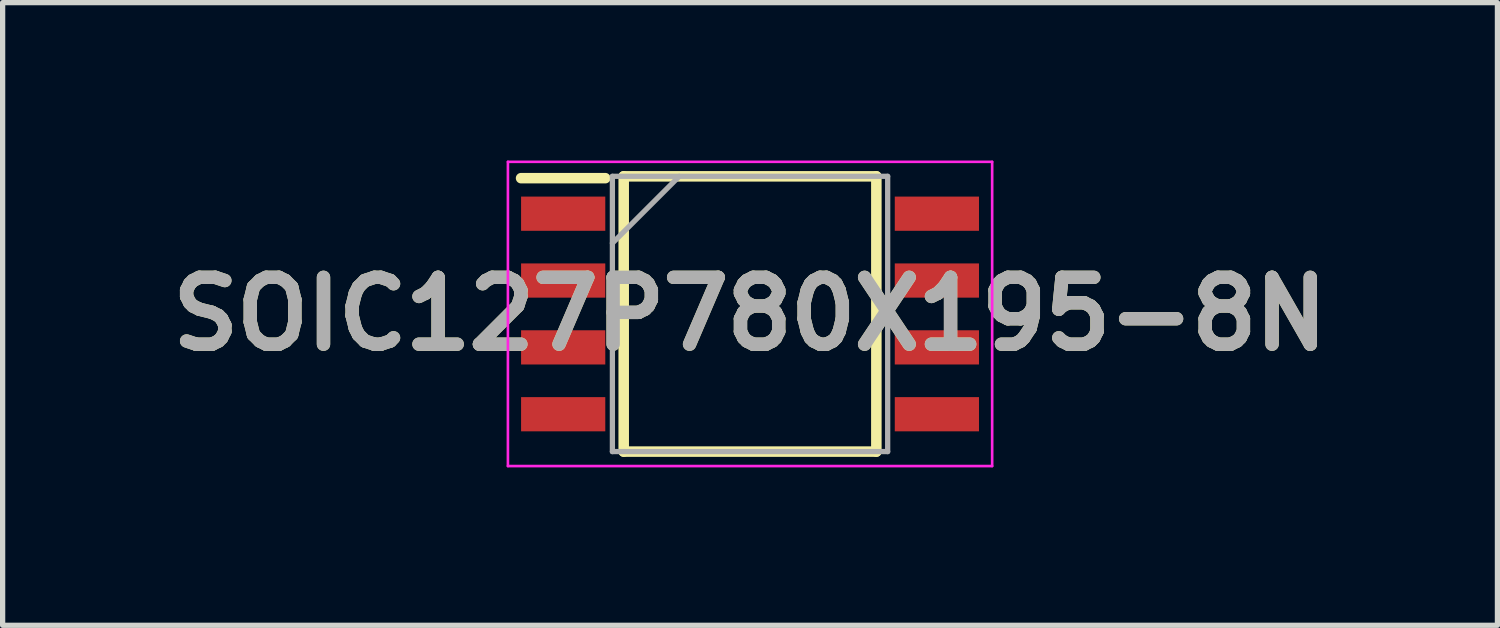
<source format=kicad_pcb>
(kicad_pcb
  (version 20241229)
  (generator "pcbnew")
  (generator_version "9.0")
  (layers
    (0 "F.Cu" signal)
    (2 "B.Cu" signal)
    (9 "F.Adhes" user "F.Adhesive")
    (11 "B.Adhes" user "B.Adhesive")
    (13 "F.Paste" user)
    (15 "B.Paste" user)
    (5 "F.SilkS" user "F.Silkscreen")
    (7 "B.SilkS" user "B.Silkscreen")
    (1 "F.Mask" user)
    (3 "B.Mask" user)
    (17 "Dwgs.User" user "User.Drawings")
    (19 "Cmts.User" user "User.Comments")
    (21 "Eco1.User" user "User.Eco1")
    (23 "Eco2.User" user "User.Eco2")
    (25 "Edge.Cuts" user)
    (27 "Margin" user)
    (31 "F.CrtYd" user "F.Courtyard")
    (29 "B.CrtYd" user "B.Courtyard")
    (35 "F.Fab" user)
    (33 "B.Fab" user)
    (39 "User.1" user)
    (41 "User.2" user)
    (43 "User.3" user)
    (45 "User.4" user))
  (footprint "SOIC127P780X195-8N"
    (layer "F.Cu")
    (at 11.2 2.915)
    (property "Reference" "SOIC127P780X195-8N" (at 0 0 0) (layer "F.SilkS") (effects (font (size 1.27 1.27) (thickness 0.254))))
    (attr smd)
    (fp_line (start -4.35 -2.58) (end -2.75 -2.58) (stroke (width 0.2) (type solid)) (layer "F.SilkS"))
    (fp_line (start -2.4 -2.615) (end 2.4 -2.615) (stroke (width 0.2) (type solid)) (layer "F.SilkS"))
    (fp_line (start -2.4 2.615) (end -2.4 -2.615) (stroke (width 0.2) (type solid)) (layer "F.SilkS"))
    (fp_line (start 2.4 -2.615) (end 2.4 2.615) (stroke (width 0.2) (type solid)) (layer "F.SilkS"))
    (fp_line (start 2.4 2.615) (end -2.4 2.615) (stroke (width 0.2) (type solid)) (layer "F.SilkS"))
    (fp_line (start -4.6 -2.89) (end 4.6 -2.89) (stroke (width 0.05) (type solid)) (layer "F.CrtYd"))
    (fp_line (start -4.6 2.89) (end -4.6 -2.89) (stroke (width 0.05) (type solid)) (layer "F.CrtYd"))
    (fp_line (start 4.6 -2.89) (end 4.6 2.89) (stroke (width 0.05) (type solid)) (layer "F.CrtYd"))
    (fp_line (start 4.6 2.89) (end -4.6 2.89) (stroke (width 0.05) (type solid)) (layer "F.CrtYd"))
    (fp_line (start -2.615 -2.615) (end 2.615 -2.615) (stroke (width 0.1) (type solid)) (layer "F.Fab"))
    (fp_line (start -2.615 -1.345) (end -1.345 -2.615) (stroke (width 0.1) (type solid)) (layer "F.Fab"))
    (fp_line (start -2.615 2.615) (end -2.615 -2.615) (stroke (width 0.1) (type solid)) (layer "F.Fab"))
    (fp_line (start 2.615 -2.615) (end 2.615 2.615) (stroke (width 0.1) (type solid)) (layer "F.Fab"))
    (fp_line (start 2.615 2.615) (end -2.615 2.615) (stroke (width 0.1) (type solid)) (layer "F.Fab"))
    (fp_text user "${REFERENCE}" (at 0 0 0) (layer "F.Fab") (effects (font (size 1.27 1.27) (thickness 0.254))))
    (pad "1" smd rect (at -3.55 -1.905 90) (size 0.65 1.6) (layers "F.Cu" "F.Mask" "F.Paste"))
    (pad "2" smd rect (at -3.55 -0.635 90) (size 0.65 1.6) (layers "F.Cu" "F.Mask" "F.Paste"))
    (pad "3" smd rect (at -3.55 0.635 90) (size 0.65 1.6) (layers "F.Cu" "F.Mask" "F.Paste"))
    (pad "4" smd rect (at -3.55 1.905 90) (size 0.65 1.6) (layers "F.Cu" "F.Mask" "F.Paste"))
    (pad "5" smd rect (at 3.55 1.905 90) (size 0.65 1.6) (layers "F.Cu" "F.Mask" "F.Paste"))
    (pad "6" smd rect (at 3.55 0.635 90) (size 0.65 1.6) (layers "F.Cu" "F.Mask" "F.Paste"))
    (pad "7" smd rect (at 3.55 -0.635 90) (size 0.65 1.6) (layers "F.Cu" "F.Mask" "F.Paste"))
    (pad "8" smd rect (at 3.55 -1.905 90) (size 0.65 1.6) (layers "F.Cu" "F.Mask" "F.Paste")))
  (gr_rect
    (start -3 -3)
    (end 25.4 8.83)
    (stroke (width 0.1) (type default))
    (fill no)
    (layer "Edge.Cuts")))
</source>
